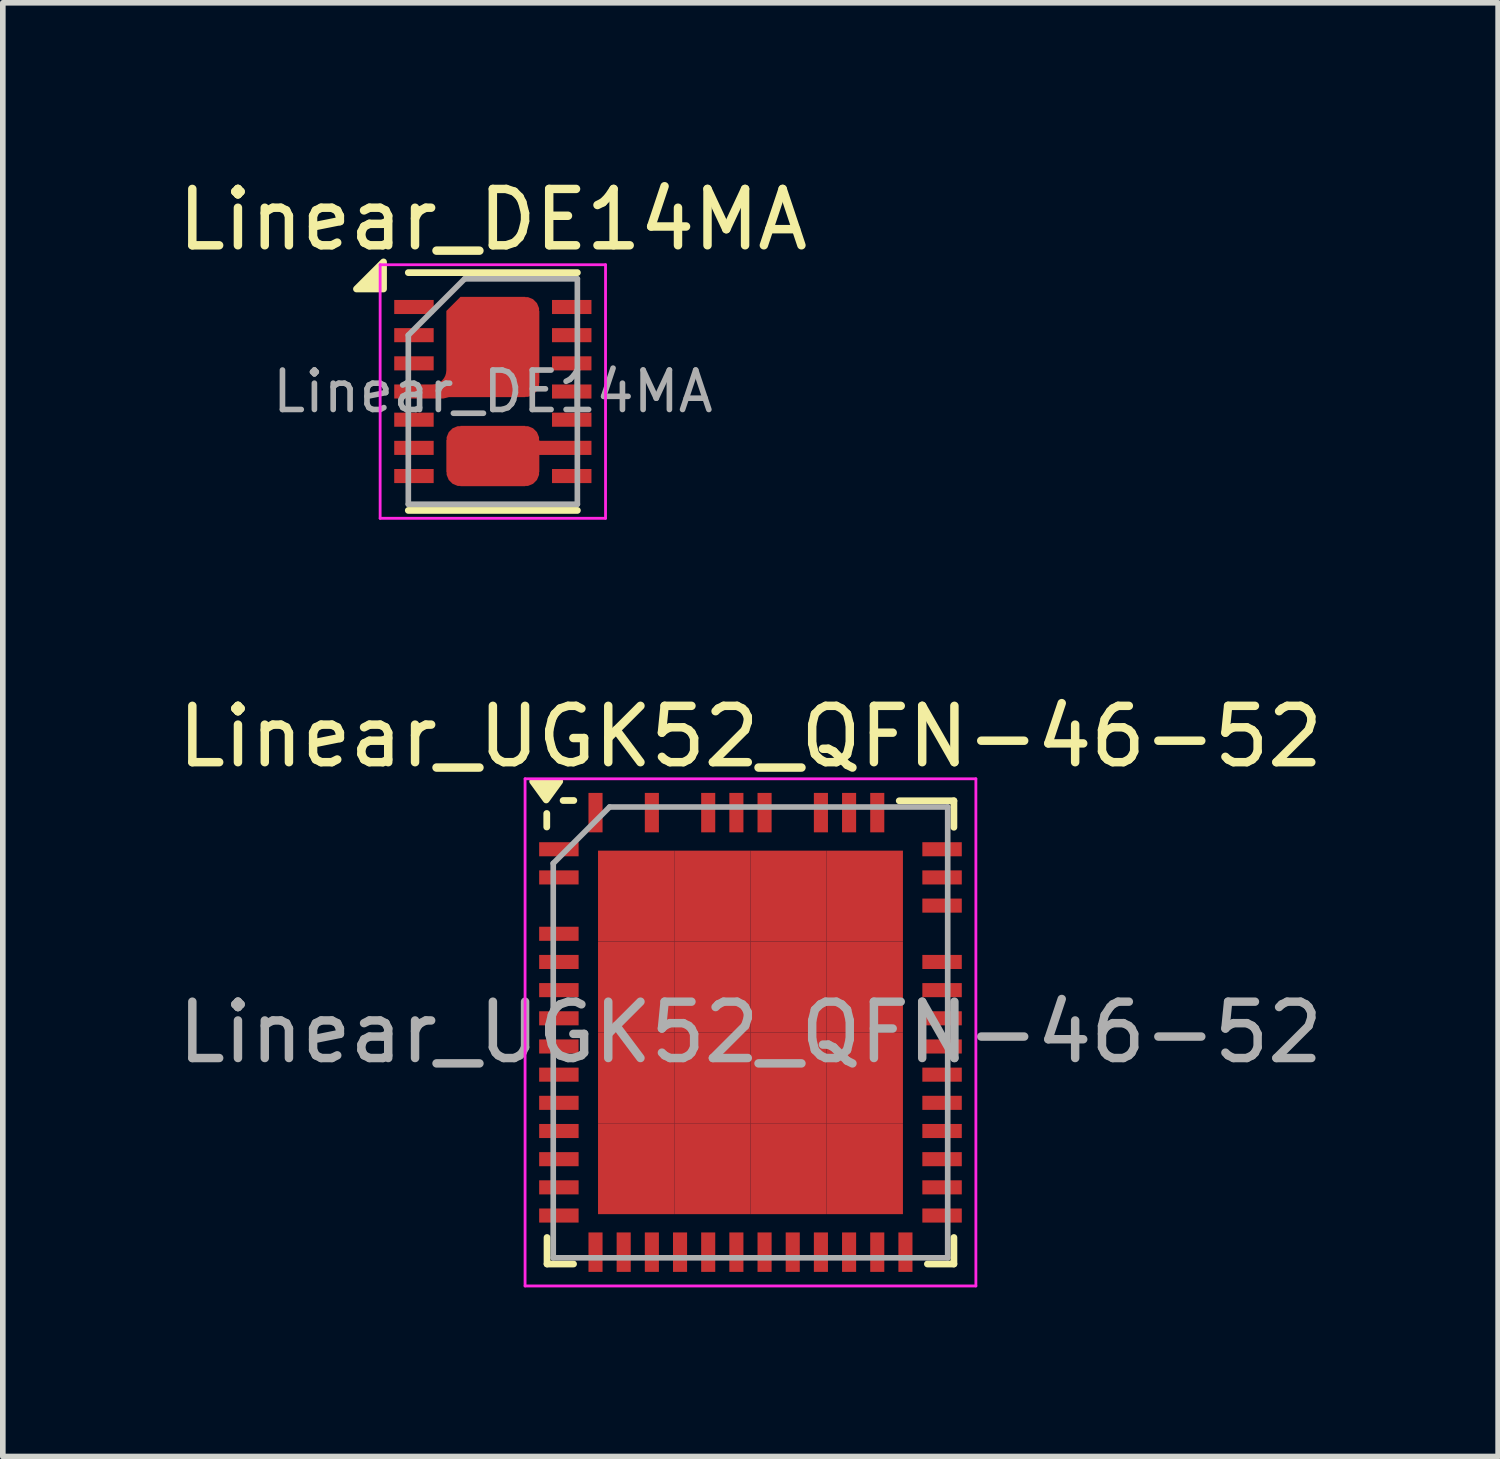
<source format=kicad_pcb>
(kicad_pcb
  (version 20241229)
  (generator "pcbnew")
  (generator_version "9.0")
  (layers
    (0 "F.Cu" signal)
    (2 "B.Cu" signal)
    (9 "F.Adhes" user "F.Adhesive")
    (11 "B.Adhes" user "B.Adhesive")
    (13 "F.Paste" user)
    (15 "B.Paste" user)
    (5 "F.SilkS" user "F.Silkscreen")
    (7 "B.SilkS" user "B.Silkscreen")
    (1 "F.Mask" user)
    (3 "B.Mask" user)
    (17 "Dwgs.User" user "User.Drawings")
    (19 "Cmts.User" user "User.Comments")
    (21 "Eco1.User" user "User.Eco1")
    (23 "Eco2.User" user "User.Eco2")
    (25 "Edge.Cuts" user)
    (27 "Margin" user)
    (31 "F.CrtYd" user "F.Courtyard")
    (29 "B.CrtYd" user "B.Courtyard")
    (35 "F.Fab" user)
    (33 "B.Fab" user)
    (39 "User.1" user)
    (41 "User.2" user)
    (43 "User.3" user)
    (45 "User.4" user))
  (footprint "Linear_DE14MA"
    (layer "F.Cu")
    (at 5.696 3.898)
    (property "Reference" "Linear_DE14MA" (at 0 -3.05 0) (layer "F.SilkS") (effects (font (size 1 1) (thickness 0.15))))
    (attr smd)
    (fp_line (start -1.5 -2.11) (end 1.5 -2.11) (stroke (width 0.12) (type solid)) (layer "F.SilkS"))
    (fp_line (start -1.5 2.11) (end 1.5 2.11) (stroke (width 0.12) (type solid)) (layer "F.SilkS"))
    (fp_poly (pts (xy -1.94 -1.82) (xy -2.42 -1.82) (xy -1.94 -2.3) (xy -1.94 -1.82)) (stroke (width 0.12) (type solid)) (fill yes) (layer "F.SilkS"))
    (fp_line (start -2 -2.25) (end -2 2.25) (stroke (width 0.05) (type solid)) (layer "F.CrtYd"))
    (fp_line (start -2 -2.25) (end 2 -2.25) (stroke (width 0.05) (type solid)) (layer "F.CrtYd"))
    (fp_line (start -2 2.25) (end 2 2.25) (stroke (width 0.05) (type solid)) (layer "F.CrtYd"))
    (fp_line (start 2 -2.25) (end 2 2.25) (stroke (width 0.05) (type solid)) (layer "F.CrtYd"))
    (fp_line (start -1.5 -1) (end -0.5 -2) (stroke (width 0.1) (type solid)) (layer "F.Fab"))
    (fp_line (start -1.5 2) (end -1.5 -1) (stroke (width 0.1) (type solid)) (layer "F.Fab"))
    (fp_line (start -0.5 -2) (end 1.5 -2) (stroke (width 0.1) (type solid)) (layer "F.Fab"))
    (fp_line (start 1.5 -2) (end 1.5 2) (stroke (width 0.1) (type solid)) (layer "F.Fab"))
    (fp_line (start 1.5 2) (end -1.5 2) (stroke (width 0.1) (type solid)) (layer "F.Fab"))
    (fp_text user "${REFERENCE}" (at 0 0 0) (layer "F.Fab") (effects (font (size 0.7 0.7) (thickness 0.1))))
    (pad "1" smd rect (at -1.4 -1.5) (size 0.7 0.25) (layers "F.Cu" "F.Mask" "F.Paste"))
    (pad "2" smd rect (at -1.4 -1) (size 0.7 0.25) (layers "F.Cu" "F.Mask" "F.Paste"))
    (pad "3" smd rect (at -1.4 -0.5) (size 0.7 0.25) (layers "F.Cu" "F.Mask" "F.Paste"))
    (pad "4" smd custom (at 0 -0.79) (size 1.65 1.28) (layers "F.Cu" "F.Mask" "F.Paste") (options (anchor rect)) (primitives (gr_circle (center 0.575 -0.64) (end 0.825 -0.64) (width 0) (fill yes)) (gr_circle (center 0.575 0.64) (end 0.825 0.64) (width 0) (fill yes)) (gr_poly (pts (xy 0.575 0.89) (xy -0.825 0.89) (xy -0.825 -0.64) (xy -0.575 -0.89) (xy 0.575 -0.89)) (width 0) (fill yes)) (gr_poly (pts (xy -0.78 0.89) (xy -0.88 0.915) (xy -1.75 0.915) (xy -1.75 0.665) (xy -0.78 0.665)) (width 0) (fill yes)) (gr_poly (pts (xy -0.825 0.665) (xy -1.075 0.665) (xy -1.025 0.66) (xy -0.977 0.645) (xy -0.935 0.622) (xy -0.897 0.591) (xy -0.866 0.552) (xy -0.844 0.511) (xy -0.83 0.464) (xy -0.825 0.415)) (width 0.001) (fill yes))))
    (pad "5" smd rect (at -1.4 0.5) (size 0.7 0.25) (layers "F.Cu" "F.Mask" "F.Paste"))
    (pad "6" smd rect (at -1.4 1) (size 0.7 0.25) (layers "F.Cu" "F.Mask" "F.Paste"))
    (pad "7" smd rect (at -1.4 1.5) (size 0.7 0.25) (layers "F.Cu" "F.Mask" "F.Paste"))
    (pad "8" smd rect (at 1.4 1.5) (size 0.7 0.25) (layers "F.Cu" "F.Mask" "F.Paste"))
    (pad "9" smd custom (at 0 1.145) (size 1.15 1.07) (layers "F.Cu" "F.Mask" "F.Paste") (options (anchor rect)) (primitives (gr_circle (center -0.575 -0.285) (end -0.325 -0.285) (width 0) (fill yes)) (gr_circle (center 0.575 -0.285) (end 0.825 -0.285) (width 0) (fill yes)) (gr_circle (center -0.575 0.285) (end -0.325 0.285) (width 0) (fill yes)) (gr_circle (center 0.575 0.285) (end 0.825 0.285) (width 0) (fill yes)) (gr_poly (pts (xy 0.825 0.285) (xy -0.825 0.285) (xy -0.825 -0.285) (xy 0.825 -0.285)) (width 0) (fill yes)) (gr_poly (pts (xy 1.75 -0.02) (xy 0.825 -0.02) (xy 0.825 -0.27) (xy 1.75 -0.27)) (width 0) (fill yes))))
    (pad "10" smd rect (at 1.4 0.5) (size 0.7 0.25) (layers "F.Cu" "F.Mask" "F.Paste"))
    (pad "11" smd rect (at 1.4 0) (size 0.7 0.25) (layers "F.Cu" "F.Mask" "F.Paste"))
    (pad "12" smd rect (at 1.4 -0.5) (size 0.7 0.25) (layers "F.Cu" "F.Mask" "F.Paste"))
    (pad "13" smd rect (at 1.4 -1) (size 0.7 0.25) (layers "F.Cu" "F.Mask" "F.Paste"))
    (pad "14" smd rect (at 1.4 -1.5) (size 0.7 0.25) (layers "F.Cu" "F.Mask" "F.Paste")))
  (footprint "Linear_UGK52_QFN-46-52"
    (layer "F.Cu")
    (at 10.268 15.271)
    (property "Reference" "Linear_UGK52_QFN-46-52" (at 0 -5.25 0) (layer "F.SilkS") (effects (font (size 1 1) (thickness 0.15))))
    (attr smd)
    (fp_line (start -3.615 -3.885) (end -3.615 -3.645) (stroke (width 0.12) (type solid)) (layer "F.SilkS"))
    (fp_line (start -3.61 4.11) (end -3.61 3.64) (stroke (width 0.12) (type solid)) (layer "F.SilkS"))
    (fp_line (start -3.61 4.11) (end -3.14 4.11) (stroke (width 0.12) (type solid)) (layer "F.SilkS"))
    (fp_line (start -3.135 -4.115) (end -3.325 -4.115) (stroke (width 0.12) (type solid)) (layer "F.SilkS"))
    (fp_line (start 3.61 -4.11) (end 2.64 -4.11) (stroke (width 0.12) (type solid)) (layer "F.SilkS"))
    (fp_line (start 3.61 -4.11) (end 3.61 -3.64) (stroke (width 0.12) (type solid)) (layer "F.SilkS"))
    (fp_line (start 3.61 4.11) (end 3.14 4.11) (stroke (width 0.12) (type solid)) (layer "F.SilkS"))
    (fp_line (start 3.61 4.11) (end 3.61 3.64) (stroke (width 0.12) (type solid)) (layer "F.SilkS"))
    (fp_poly (pts (xy -3.625 -4.125) (xy -3.865 -4.455) (xy -3.385 -4.455) (xy -3.625 -4.125)) (stroke (width 0.12) (type solid)) (fill yes) (layer "F.SilkS"))
    (fp_line (start -4 -4.5) (end -4 4.5) (stroke (width 0.05) (type solid)) (layer "F.CrtYd"))
    (fp_line (start -4 -4.5) (end 4 -4.5) (stroke (width 0.05) (type solid)) (layer "F.CrtYd"))
    (fp_line (start -4 4.5) (end 4 4.5) (stroke (width 0.05) (type solid)) (layer "F.CrtYd"))
    (fp_line (start 4 -4.5) (end 4 4.5) (stroke (width 0.05) (type solid)) (layer "F.CrtYd"))
    (fp_line (start -3.5 -3) (end -2.5 -4) (stroke (width 0.1) (type solid)) (layer "F.Fab"))
    (fp_line (start -3.5 4) (end -3.5 -3) (stroke (width 0.1) (type solid)) (layer "F.Fab"))
    (fp_line (start -2.5 -4) (end 3.5 -4) (stroke (width 0.1) (type solid)) (layer "F.Fab"))
    (fp_line (start 3.5 -4) (end 3.5 4) (stroke (width 0.1) (type solid)) (layer "F.Fab"))
    (fp_line (start 3.5 4) (end -3.5 4) (stroke (width 0.1) (type solid)) (layer "F.Fab"))
    (fp_text user "${REFERENCE}" (at 0 0 0) (layer "F.Fab") (effects (font (size 1 1) (thickness 0.15))))
    (pad "1" smd rect (at -3.4 -3.25) (size 0.7 0.25) (layers "F.Cu" "F.Mask" "F.Paste"))
    (pad "2" smd rect (at -3.4 -2.75) (size 0.7 0.25) (layers "F.Cu" "F.Mask" "F.Paste"))
    (pad "4" smd rect (at -3.4 -1.75) (size 0.7 0.25) (layers "F.Cu" "F.Mask" "F.Paste"))
    (pad "5" smd rect (at -3.4 -1.25) (size 0.7 0.25) (layers "F.Cu" "F.Mask" "F.Paste"))
    (pad "6" smd rect (at -3.4 -0.75) (size 0.7 0.25) (layers "F.Cu" "F.Mask" "F.Paste"))
    (pad "7" smd rect (at -3.4 -0.25) (size 0.7 0.25) (layers "F.Cu" "F.Mask" "F.Paste"))
    (pad "8" smd rect (at -3.4 0.25) (size 0.7 0.25) (layers "F.Cu" "F.Mask" "F.Paste"))
    (pad "9" smd rect (at -3.4 0.75) (size 0.7 0.25) (layers "F.Cu" "F.Mask" "F.Paste"))
    (pad "10" smd rect (at -3.4 1.25) (size 0.7 0.25) (layers "F.Cu" "F.Mask" "F.Paste"))
    (pad "11" smd rect (at -3.4 1.75) (size 0.7 0.25) (layers "F.Cu" "F.Mask" "F.Paste"))
    (pad "12" smd rect (at -3.4 2.25) (size 0.7 0.25) (layers "F.Cu" "F.Mask" "F.Paste"))
    (pad "13" smd rect (at -3.4 2.75) (size 0.7 0.25) (layers "F.Cu" "F.Mask" "F.Paste"))
    (pad "14" smd rect (at -3.4 3.25) (size 0.7 0.25) (layers "F.Cu" "F.Mask" "F.Paste"))
    (pad "15" smd rect (at -2.75 3.9 90) (size 0.7 0.25) (layers "F.Cu" "F.Mask" "F.Paste"))
    (pad "16" smd rect (at -2.25 3.9 90) (size 0.7 0.25) (layers "F.Cu" "F.Mask" "F.Paste"))
    (pad "17" smd rect (at -1.75 3.9 90) (size 0.7 0.25) (layers "F.Cu" "F.Mask" "F.Paste"))
    (pad "18" smd rect (at -1.25 3.9 90) (size 0.7 0.25) (layers "F.Cu" "F.Mask" "F.Paste"))
    (pad "19" smd rect (at -0.75 3.9 90) (size 0.7 0.25) (layers "F.Cu" "F.Mask" "F.Paste"))
    (pad "20" smd rect (at -0.25 3.9 90) (size 0.7 0.25) (layers "F.Cu" "F.Mask" "F.Paste"))
    (pad "21" smd rect (at 0.25 3.9 90) (size 0.7 0.25) (layers "F.Cu" "F.Mask" "F.Paste"))
    (pad "22" smd rect (at 0.75 3.9 90) (size 0.7 0.25) (layers "F.Cu" "F.Mask" "F.Paste"))
    (pad "23" smd rect (at 1.25 3.9 90) (size 0.7 0.25) (layers "F.Cu" "F.Mask" "F.Paste"))
    (pad "24" smd rect (at 1.75 3.9 90) (size 0.7 0.25) (layers "F.Cu" "F.Mask" "F.Paste"))
    (pad "25" smd rect (at 2.25 3.9 90) (size 0.7 0.25) (layers "F.Cu" "F.Mask" "F.Paste"))
    (pad "26" smd rect (at 2.75 3.9 90) (size 0.7 0.25) (layers "F.Cu" "F.Mask" "F.Paste"))
    (pad "27" smd rect (at 3.4 3.25) (size 0.7 0.25) (layers "F.Cu" "F.Mask" "F.Paste"))
    (pad "28" smd rect (at 3.4 2.75) (size 0.7 0.25) (layers "F.Cu" "F.Mask" "F.Paste"))
    (pad "29" smd rect (at 3.4 2.25) (size 0.7 0.25) (layers "F.Cu" "F.Mask" "F.Paste"))
    (pad "30" smd rect (at 3.4 1.75) (size 0.7 0.25) (layers "F.Cu" "F.Mask" "F.Paste"))
    (pad "31" smd rect (at 3.4 1.25) (size 0.7 0.25) (layers "F.Cu" "F.Mask" "F.Paste"))
    (pad "32" smd rect (at 3.4 0.75) (size 0.7 0.25) (layers "F.Cu" "F.Mask" "F.Paste"))
    (pad "33" smd rect (at 3.4 0.25) (size 0.7 0.25) (layers "F.Cu" "F.Mask" "F.Paste"))
    (pad "34" smd rect (at 3.4 -0.25) (size 0.7 0.25) (layers "F.Cu" "F.Mask" "F.Paste"))
    (pad "35" smd rect (at 3.4 -0.75) (size 0.7 0.25) (layers "F.Cu" "F.Mask" "F.Paste"))
    (pad "36" smd rect (at 3.4 -1.25) (size 0.7 0.25) (layers "F.Cu" "F.Mask" "F.Paste"))
    (pad "38" smd rect (at 3.4 -2.25) (size 0.7 0.25) (layers "F.Cu" "F.Mask" "F.Paste"))
    (pad "39" smd rect (at 3.4 -2.75) (size 0.7 0.25) (layers "F.Cu" "F.Mask" "F.Paste"))
    (pad "40" smd rect (at 3.4 -3.25) (size 0.7 0.25) (layers "F.Cu" "F.Mask" "F.Paste"))
    (pad "42" smd rect (at 2.25 -3.9 90) (size 0.7 0.25) (layers "F.Cu" "F.Mask" "F.Paste"))
    (pad "43" smd rect (at 1.75 -3.9 90) (size 0.7 0.25) (layers "F.Cu" "F.Mask" "F.Paste"))
    (pad "44" smd rect (at 1.25 -3.9 90) (size 0.7 0.25) (layers "F.Cu" "F.Mask" "F.Paste"))
    (pad "46" smd rect (at 0.25 -3.9 90) (size 0.7 0.25) (layers "F.Cu" "F.Mask" "F.Paste"))
    (pad "47" smd rect (at -0.25 -3.9 90) (size 0.7 0.25) (layers "F.Cu" "F.Mask" "F.Paste"))
    (pad "48" smd rect (at -0.75 -3.9 90) (size 0.7 0.25) (layers "F.Cu" "F.Mask" "F.Paste"))
    (pad "50" smd rect (at -1.75 -3.9 90) (size 0.7 0.25) (layers "F.Cu" "F.Mask" "F.Paste"))
    (pad "52" smd rect (at -2.75 -3.9 90) (size 0.7 0.25) (layers "F.Cu" "F.Mask" "F.Paste"))
    (pad "53" smd rect (at -2.029 -2.419) (size 1.353 1.613) (layers "F.Cu" "F.Mask" "F.Paste"))
    (pad "53" smd rect (at -2.029 -0.806) (size 1.353 1.613) (layers "F.Cu" "F.Mask" "F.Paste"))
    (pad "53" smd rect (at -2.029 0.806) (size 1.353 1.613) (layers "F.Cu" "F.Mask" "F.Paste"))
    (pad "53" smd rect (at -2.029 2.419) (size 1.353 1.613) (layers "F.Cu" "F.Mask" "F.Paste"))
    (pad "53" smd rect (at -0.676 -2.419) (size 1.353 1.613) (layers "F.Cu" "F.Mask" "F.Paste"))
    (pad "53" smd rect (at -0.676 -0.806) (size 1.353 1.613) (layers "F.Cu" "F.Mask" "F.Paste"))
    (pad "53" smd rect (at -0.676 0.806) (size 1.353 1.613) (layers "F.Cu" "F.Mask" "F.Paste"))
    (pad "53" smd rect (at -0.676 2.419) (size 1.353 1.613) (layers "F.Cu" "F.Mask" "F.Paste"))
    (pad "53" smd rect (at 0.676 -2.419) (size 1.353 1.613) (layers "F.Cu" "F.Mask" "F.Paste"))
    (pad "53" smd rect (at 0.676 -0.806) (size 1.353 1.613) (layers "F.Cu" "F.Mask" "F.Paste"))
    (pad "53" smd rect (at 0.676 0.806) (size 1.353 1.613) (layers "F.Cu" "F.Mask" "F.Paste"))
    (pad "53" smd rect (at 0.676 2.419) (size 1.353 1.613) (layers "F.Cu" "F.Mask" "F.Paste"))
    (pad "53" smd rect (at 2.029 -2.419) (size 1.353 1.613) (layers "F.Cu" "F.Mask" "F.Paste"))
    (pad "53" smd rect (at 2.029 -0.806) (size 1.353 1.613) (layers "F.Cu" "F.Mask" "F.Paste"))
    (pad "53" smd rect (at 2.029 0.806) (size 1.353 1.613) (layers "F.Cu" "F.Mask" "F.Paste"))
    (pad "53" smd rect (at 2.029 2.419) (size 1.353 1.613) (layers "F.Cu" "F.Mask" "F.Paste")))
  (gr_rect
    (start -3 -3)
    (end 23.536 22.797)
    (stroke (width 0.1) (type default))
    (fill no)
    (layer "Edge.Cuts")))
</source>
